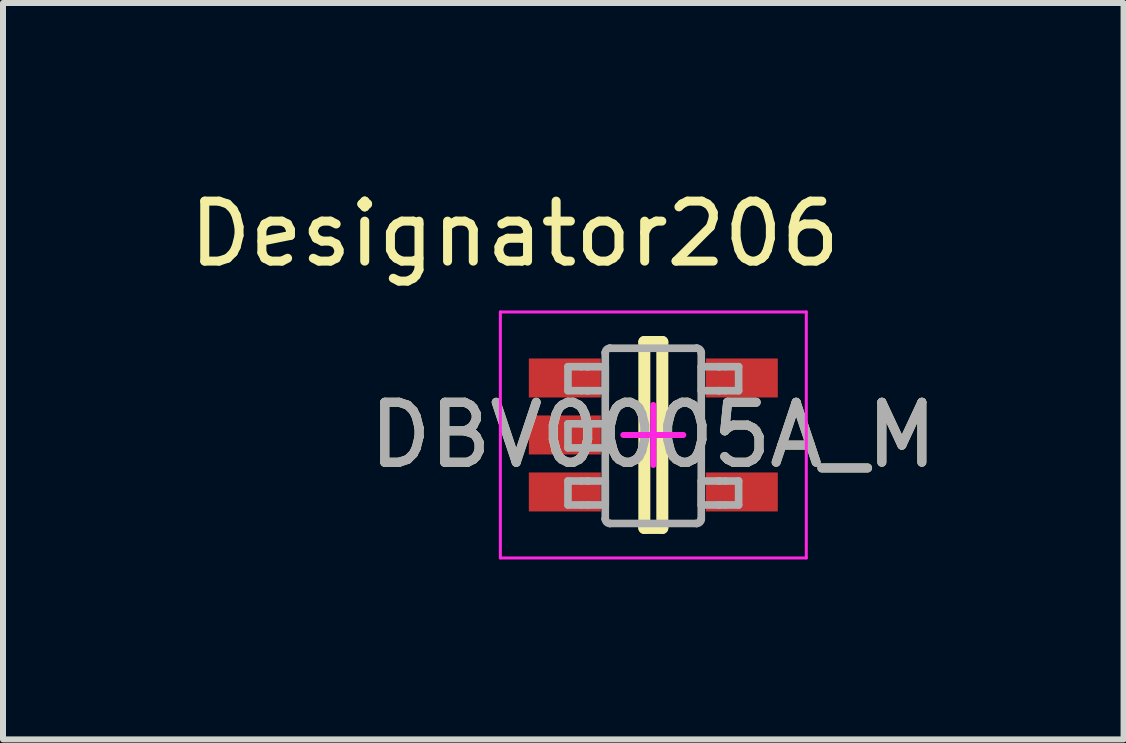
<source format=kicad_pcb>
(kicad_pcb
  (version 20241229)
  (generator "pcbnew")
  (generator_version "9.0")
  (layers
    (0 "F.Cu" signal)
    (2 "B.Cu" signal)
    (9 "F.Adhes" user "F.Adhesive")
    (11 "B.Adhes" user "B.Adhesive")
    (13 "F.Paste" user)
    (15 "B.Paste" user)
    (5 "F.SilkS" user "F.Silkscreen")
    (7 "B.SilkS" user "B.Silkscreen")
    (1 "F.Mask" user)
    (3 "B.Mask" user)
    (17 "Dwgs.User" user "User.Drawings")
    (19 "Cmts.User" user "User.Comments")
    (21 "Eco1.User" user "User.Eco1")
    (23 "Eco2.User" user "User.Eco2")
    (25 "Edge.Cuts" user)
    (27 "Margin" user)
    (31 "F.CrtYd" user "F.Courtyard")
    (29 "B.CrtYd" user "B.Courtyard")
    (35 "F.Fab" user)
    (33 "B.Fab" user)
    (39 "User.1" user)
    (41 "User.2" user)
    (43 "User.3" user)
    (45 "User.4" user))
  (footprint "DBV0005A_M"
    (layer "F.Cu")
    (at 7.841 4.201)
    (property "Reference" "DBV0005A_M" (at 0 0 0) (unlocked yes) (layer "F.SilkS") (effects (font (size 1 1) (thickness 0.15))))
    (attr smd)
    (fp_line (start -0.15 -1.55) (end 0.15 -1.55) (stroke (width 0.2) (type solid)) (layer "F.SilkS"))
    (fp_line (start -0.15 1.55) (end -0.15 -1.55) (stroke (width 0.2) (type solid)) (layer "F.SilkS"))
    (fp_line (start -0.15 1.55) (end 0.15 1.55) (stroke (width 0.2) (type solid)) (layer "F.SilkS"))
    (fp_line (start 0.15 1.55) (end 0.15 -1.55) (stroke (width 0.2) (type solid)) (layer "F.SilkS"))
    (fp_line (start -2.55 -2.05) (end 2.55 -2.05) (stroke (width 0.05) (type solid)) (layer "F.CrtYd"))
    (fp_line (start -2.55 2.05) (end -2.55 -2.05) (stroke (width 0.05) (type solid)) (layer "F.CrtYd"))
    (fp_line (start -2.55 2.05) (end 2.55 2.05) (stroke (width 0.05) (type solid)) (layer "F.CrtYd"))
    (fp_line (start -0.5 0) (end 0.5 0) (stroke (width 0.1) (type solid)) (layer "F.CrtYd"))
    (fp_line (start 0 0.5) (end 0 -0.5) (stroke (width 0.1) (type solid)) (layer "F.CrtYd"))
    (fp_line (start 2.55 2.05) (end 2.55 -2.05) (stroke (width 0.05) (type solid)) (layer "F.CrtYd"))
    (fp_line (start -1.423 -1.138) (end -1.199 -1.138) (stroke (width 0.127) (type solid)) (layer "F.Fab"))
    (fp_line (start -1.423 -0.738) (end -1.423 -1.138) (stroke (width 0.127) (type solid)) (layer "F.Fab"))
    (fp_line (start -1.423 -0.738) (end -1.199 -0.738) (stroke (width 0.127) (type solid)) (layer "F.Fab"))
    (fp_line (start -1.423 -0.186) (end -1.199 -0.186) (stroke (width 0.127) (type solid)) (layer "F.Fab"))
    (fp_line (start -1.423 0.215) (end -1.423 -0.186) (stroke (width 0.127) (type solid)) (layer "F.Fab"))
    (fp_line (start -1.423 0.215) (end -1.199 0.215) (stroke (width 0.127) (type solid)) (layer "F.Fab"))
    (fp_line (start -1.423 0.767) (end -1.199 0.767) (stroke (width 0.127) (type solid)) (layer "F.Fab"))
    (fp_line (start -1.423 1.167) (end -1.423 0.767) (stroke (width 0.127) (type solid)) (layer "F.Fab"))
    (fp_line (start -1.423 1.167) (end -1.199 1.167) (stroke (width 0.127) (type solid)) (layer "F.Fab"))
    (fp_line (start -1.199 -1.138) (end -1.105 -1.138) (stroke (width 0.127) (type solid)) (layer "F.Fab"))
    (fp_line (start -1.199 -0.738) (end -1.105 -0.738) (stroke (width 0.127) (type solid)) (layer "F.Fab"))
    (fp_line (start -1.199 -0.186) (end -1.105 -0.186) (stroke (width 0.127) (type solid)) (layer "F.Fab"))
    (fp_line (start -1.199 0.215) (end -1.105 0.215) (stroke (width 0.127) (type solid)) (layer "F.Fab"))
    (fp_line (start -1.199 0.767) (end -1.105 0.767) (stroke (width 0.127) (type solid)) (layer "F.Fab"))
    (fp_line (start -1.199 1.167) (end -1.105 1.167) (stroke (width 0.127) (type solid)) (layer "F.Fab"))
    (fp_line (start -1.105 -1.138) (end -1.088 -1.138) (stroke (width 0.127) (type solid)) (layer "F.Fab"))
    (fp_line (start -1.105 -0.738) (end -1.088 -0.738) (stroke (width 0.127) (type solid)) (layer "F.Fab"))
    (fp_line (start -1.105 -0.186) (end -1.088 -0.186) (stroke (width 0.127) (type solid)) (layer "F.Fab"))
    (fp_line (start -1.105 0.215) (end -1.088 0.215) (stroke (width 0.127) (type solid)) (layer "F.Fab"))
    (fp_line (start -1.105 0.767) (end -1.088 0.767) (stroke (width 0.127) (type solid)) (layer "F.Fab"))
    (fp_line (start -1.105 1.167) (end -1.088 1.167) (stroke (width 0.127) (type solid)) (layer "F.Fab"))
    (fp_line (start -1.088 -1.138) (end -0.835 -1.138) (stroke (width 0.127) (type solid)) (layer "F.Fab"))
    (fp_line (start -1.088 -0.738) (end -0.835 -0.738) (stroke (width 0.127) (type solid)) (layer "F.Fab"))
    (fp_line (start -1.088 -0.186) (end -0.835 -0.186) (stroke (width 0.127) (type solid)) (layer "F.Fab"))
    (fp_line (start -1.088 0.215) (end -0.835 0.215) (stroke (width 0.127) (type solid)) (layer "F.Fab"))
    (fp_line (start -1.088 0.767) (end -0.835 0.767) (stroke (width 0.127) (type solid)) (layer "F.Fab"))
    (fp_line (start -1.088 1.167) (end -0.835 1.167) (stroke (width 0.127) (type solid)) (layer "F.Fab"))
    (fp_line (start -0.835 -1.138) (end -0.801 -1.138) (stroke (width 0.127) (type solid)) (layer "F.Fab"))
    (fp_line (start -0.835 -0.738) (end -0.801 -0.738) (stroke (width 0.127) (type solid)) (layer "F.Fab"))
    (fp_line (start -0.835 -0.186) (end -0.801 -0.186) (stroke (width 0.127) (type solid)) (layer "F.Fab"))
    (fp_line (start -0.835 0.215) (end -0.801 0.215) (stroke (width 0.127) (type solid)) (layer "F.Fab"))
    (fp_line (start -0.835 0.767) (end -0.801 0.767) (stroke (width 0.127) (type solid)) (layer "F.Fab"))
    (fp_line (start -0.835 1.167) (end -0.801 1.167) (stroke (width 0.127) (type solid)) (layer "F.Fab"))
    (fp_line (start -0.801 -1.37) (end -0.801 -1.371) (stroke (width 0.127) (type solid)) (layer "F.Fab"))
    (fp_line (start -0.801 -0.738) (end -0.801 -1.138) (stroke (width 0.127) (type solid)) (layer "F.Fab"))
    (fp_line (start -0.801 0.215) (end -0.801 -0.186) (stroke (width 0.127) (type solid)) (layer "F.Fab"))
    (fp_line (start -0.801 1.167) (end -0.801 0.767) (stroke (width 0.127) (type solid)) (layer "F.Fab"))
    (fp_line (start -0.801 1.399) (end -0.801 -1.37) (stroke (width 0.127) (type solid)) (layer "F.Fab"))
    (fp_line (start -0.801 1.4) (end -0.801 1.399) (stroke (width 0.127) (type solid)) (layer "F.Fab"))
    (fp_line (start -0.725 -1.446) (end -0.725 -1.446) (stroke (width 0.127) (type solid)) (layer "F.Fab"))
    (fp_line (start -0.725 1.475) (end -0.725 1.475) (stroke (width 0.127) (type solid)) (layer "F.Fab"))
    (fp_line (start -0.725 -1.446) (end 0.723 -1.446) (stroke (width 0.127) (type solid)) (layer "F.Fab"))
    (fp_line (start -0.725 1.475) (end 0.723 1.475) (stroke (width 0.127) (type solid)) (layer "F.Fab"))
    (fp_line (start 0.723 -1.446) (end 0.724 -1.446) (stroke (width 0.127) (type solid)) (layer "F.Fab"))
    (fp_line (start 0.723 1.475) (end 0.724 1.475) (stroke (width 0.127) (type solid)) (layer "F.Fab"))
    (fp_line (start 0.799 -1.37) (end 0.799 -1.371) (stroke (width 0.127) (type solid)) (layer "F.Fab"))
    (fp_line (start 0.799 -1.138) (end 0.834 -1.138) (stroke (width 0.127) (type solid)) (layer "F.Fab"))
    (fp_line (start 0.799 -0.738) (end 0.799 -1.138) (stroke (width 0.127) (type solid)) (layer "F.Fab"))
    (fp_line (start 0.799 -0.738) (end 0.834 -0.738) (stroke (width 0.127) (type solid)) (layer "F.Fab"))
    (fp_line (start 0.799 0.767) (end 0.834 0.767) (stroke (width 0.127) (type solid)) (layer "F.Fab"))
    (fp_line (start 0.799 1.167) (end 0.799 0.767) (stroke (width 0.127) (type solid)) (layer "F.Fab"))
    (fp_line (start 0.799 1.167) (end 0.834 1.167) (stroke (width 0.127) (type solid)) (layer "F.Fab"))
    (fp_line (start 0.799 1.399) (end 0.799 -1.37) (stroke (width 0.127) (type solid)) (layer "F.Fab"))
    (fp_line (start 0.799 1.4) (end 0.799 1.399) (stroke (width 0.127) (type solid)) (layer "F.Fab"))
    (fp_line (start 0.834 -1.138) (end 1.087 -1.138) (stroke (width 0.127) (type solid)) (layer "F.Fab"))
    (fp_line (start 0.834 -0.738) (end 1.087 -0.738) (stroke (width 0.127) (type solid)) (layer "F.Fab"))
    (fp_line (start 0.834 0.767) (end 1.087 0.767) (stroke (width 0.127) (type solid)) (layer "F.Fab"))
    (fp_line (start 0.834 1.167) (end 1.087 1.167) (stroke (width 0.127) (type solid)) (layer "F.Fab"))
    (fp_line (start 1.087 -1.138) (end 1.103 -1.138) (stroke (width 0.127) (type solid)) (layer "F.Fab"))
    (fp_line (start 1.087 -0.738) (end 1.103 -0.738) (stroke (width 0.127) (type solid)) (layer "F.Fab"))
    (fp_line (start 1.087 0.767) (end 1.103 0.767) (stroke (width 0.127) (type solid)) (layer "F.Fab"))
    (fp_line (start 1.087 1.167) (end 1.103 1.167) (stroke (width 0.127) (type solid)) (layer "F.Fab"))
    (fp_line (start 1.103 -1.138) (end 1.198 -1.138) (stroke (width 0.127) (type solid)) (layer "F.Fab"))
    (fp_line (start 1.103 -0.738) (end 1.198 -0.738) (stroke (width 0.127) (type solid)) (layer "F.Fab"))
    (fp_line (start 1.103 0.767) (end 1.198 0.767) (stroke (width 0.127) (type solid)) (layer "F.Fab"))
    (fp_line (start 1.103 1.167) (end 1.198 1.167) (stroke (width 0.127) (type solid)) (layer "F.Fab"))
    (fp_line (start 1.198 -1.138) (end 1.422 -1.138) (stroke (width 0.127) (type solid)) (layer "F.Fab"))
    (fp_line (start 1.198 -0.738) (end 1.422 -0.738) (stroke (width 0.127) (type solid)) (layer "F.Fab"))
    (fp_line (start 1.198 0.767) (end 1.422 0.767) (stroke (width 0.127) (type solid)) (layer "F.Fab"))
    (fp_line (start 1.198 1.167) (end 1.422 1.167) (stroke (width 0.127) (type solid)) (layer "F.Fab"))
    (fp_line (start 1.422 -0.738) (end 1.422 -1.138) (stroke (width 0.127) (type solid)) (layer "F.Fab"))
    (fp_line (start 1.422 1.167) (end 1.422 0.767) (stroke (width 0.127) (type solid)) (layer "F.Fab"))
    (fp_arc (start -0.80074 -1.37084) (mid -0.778218 -1.423887) (end -0.724999 -1.445998) (stroke (width 0.127) (type solid)) (layer "F.Fab"))
    (fp_arc (start -0.724999 1.475) (mid -0.778213 1.452901) (end -0.80074 1.399867) (stroke (width 0.127) (type solid)) (layer "F.Fab"))
    (fp_arc (start 0.723714 -1.445998) (mid 0.776933 -1.423887) (end 0.799455 -1.37084) (stroke (width 0.127) (type solid)) (layer "F.Fab"))
    (fp_arc (start 0.799455 1.399868) (mid 0.776927 1.452901) (end 0.723713 1.475) (stroke (width 0.127) (type solid)) (layer "F.Fab"))
    (fp_text user "Designator206" (at -2.311 -3.353 0) (unlocked yes) (layer "F.SilkS") (effects (font (size 1 1) (thickness 0.15))))
    (fp_text user "${REFERENCE}" (at 0 0 0) (unlocked yes) (layer "F.Fab") (effects (font (size 1 1) (thickness 0.15))))
    (pad "1" smd rect (at -1.475 -0.95 90) (size 0.65 1.2) (layers "F.Cu" "F.Mask" "F.Paste"))
    (pad "2" smd rect (at -1.475 0 90) (size 0.65 1.2) (layers "F.Cu" "F.Mask" "F.Paste"))
    (pad "3" smd rect (at -1.475 0.95 90) (size 0.65 1.2) (layers "F.Cu" "F.Mask" "F.Paste"))
    (pad "4" smd rect (at 1.475 0.95 90) (size 0.65 1.2) (layers "F.Cu" "F.Mask" "F.Paste"))
    (pad "5" smd rect (at 1.475 -0.95 90) (size 0.65 1.2) (layers "F.Cu" "F.Mask" "F.Paste")))
  (gr_rect
    (start -3 -3)
    (end 15.68 9.276)
    (stroke (width 0.1) (type default))
    (fill no)
    (layer "Edge.Cuts")))
</source>
